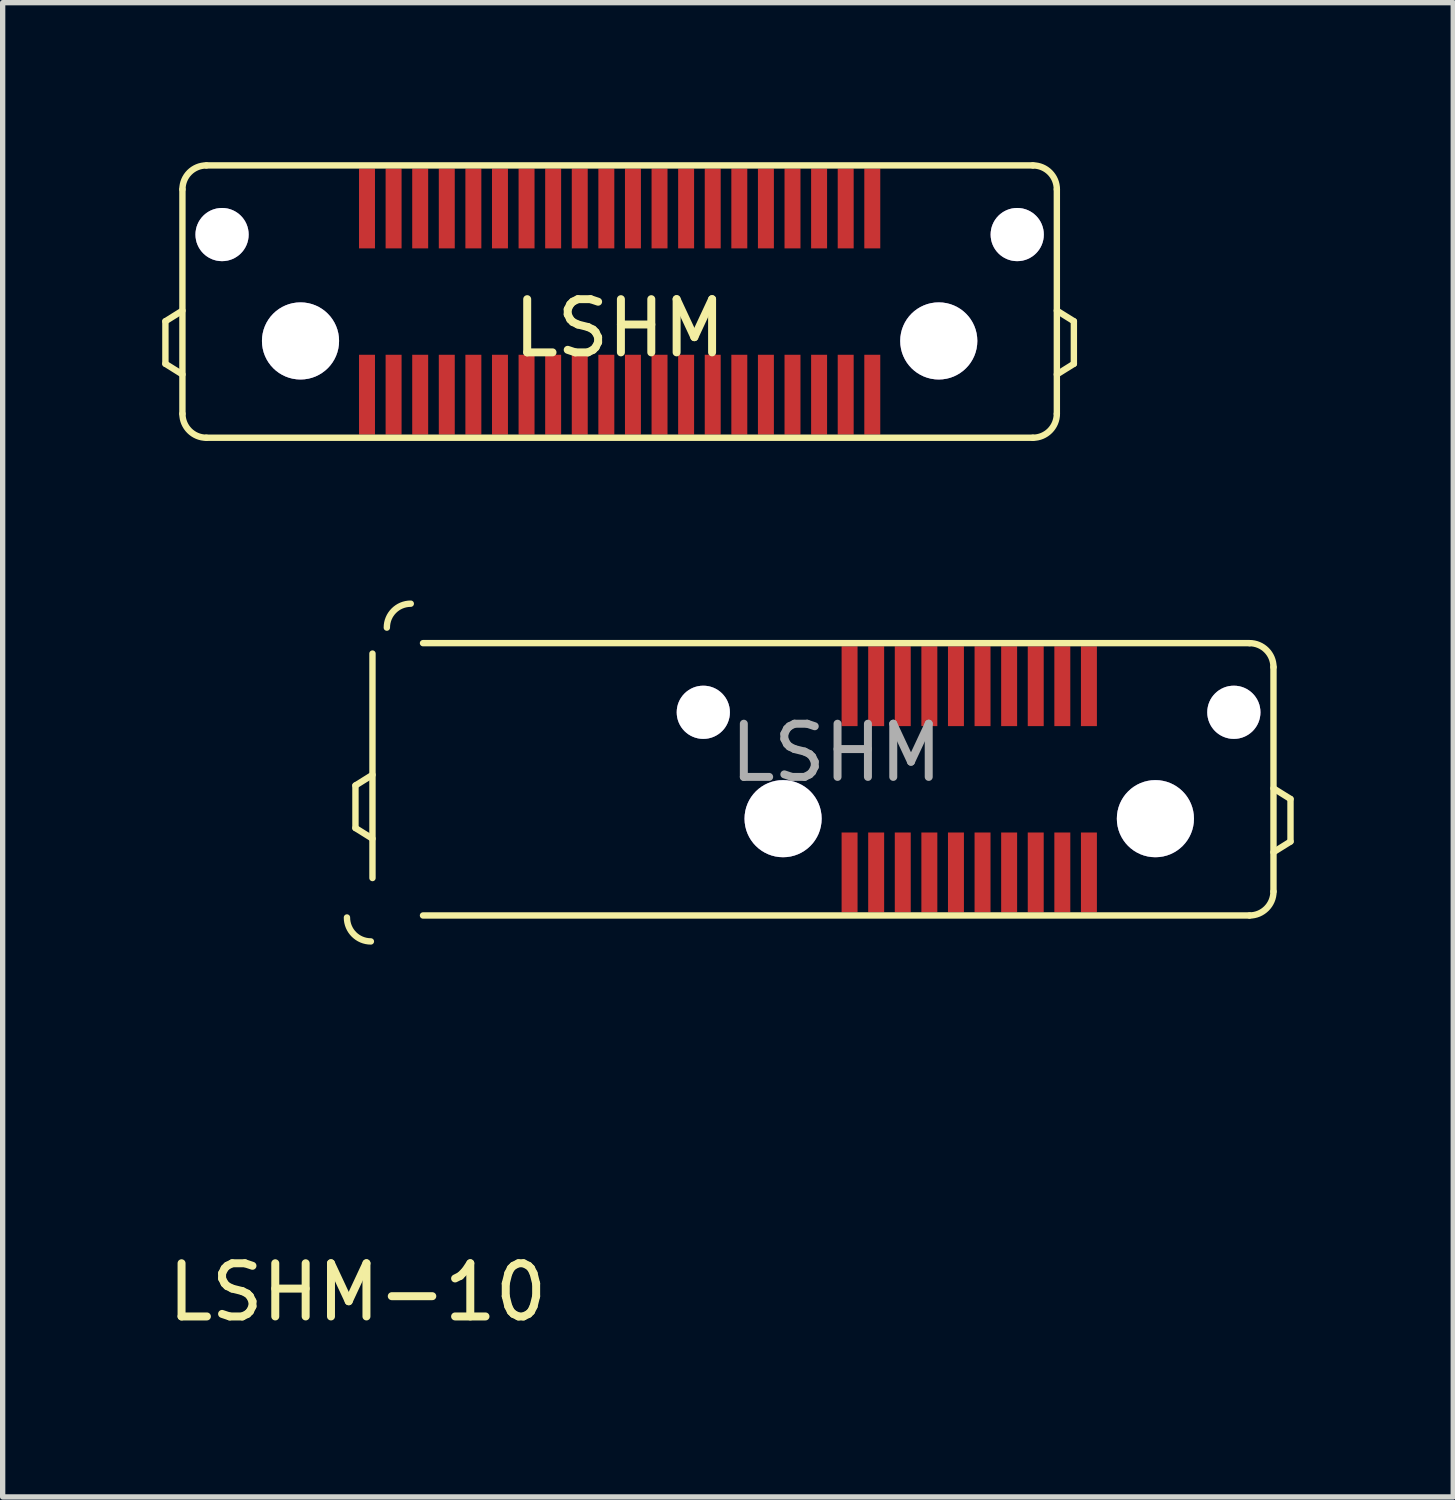
<source format=kicad_pcb>
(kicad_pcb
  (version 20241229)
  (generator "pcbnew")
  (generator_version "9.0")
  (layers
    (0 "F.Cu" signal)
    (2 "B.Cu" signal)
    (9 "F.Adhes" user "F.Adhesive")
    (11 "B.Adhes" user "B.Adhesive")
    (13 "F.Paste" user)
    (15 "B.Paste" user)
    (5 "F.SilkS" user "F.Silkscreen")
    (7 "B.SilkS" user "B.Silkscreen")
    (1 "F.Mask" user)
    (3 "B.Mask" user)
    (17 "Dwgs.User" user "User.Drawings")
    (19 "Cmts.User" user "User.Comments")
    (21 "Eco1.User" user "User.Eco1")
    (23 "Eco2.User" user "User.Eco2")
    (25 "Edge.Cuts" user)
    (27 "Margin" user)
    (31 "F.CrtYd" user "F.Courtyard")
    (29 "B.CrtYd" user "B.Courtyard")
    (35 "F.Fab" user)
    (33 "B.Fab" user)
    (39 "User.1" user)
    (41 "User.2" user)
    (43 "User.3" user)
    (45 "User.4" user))
  (footprint "LSHM"
    (layer "F.Cu")
    (at 8.6 2.62)
    (property "Reference" "LSHM" (at 0 0.5 0) (layer "F.SilkS") (effects (font (size 1 1) (thickness 0.15))))
    (attr through_hole)
    (fp_line (start -8.54 0.37) (end -8.54 1.17) (stroke (width 0.12) (type solid)) (layer "F.SilkS"))
    (fp_line (start -8.54 0.37) (end -8.22 0.17) (stroke (width 0.12) (type solid)) (layer "F.SilkS"))
    (fp_line (start -8.54 1.17) (end -8.22 1.37) (stroke (width 0.12) (type solid)) (layer "F.SilkS"))
    (fp_line (start -8.22 -2.11) (end -8.22 2.11) (stroke (width 0.12) (type solid)) (layer "F.SilkS"))
    (fp_line (start -7.77 -2.56) (end 7.77 -2.56) (stroke (width 0.12) (type solid)) (layer "F.SilkS"))
    (fp_line (start -7.77 2.56) (end 7.77 2.56) (stroke (width 0.12) (type solid)) (layer "F.SilkS"))
    (fp_line (start 8.22 2.11) (end 8.22 -2.11) (stroke (width 0.12) (type solid)) (layer "F.SilkS"))
    (fp_line (start 8.54 0.37) (end 8.22 0.17) (stroke (width 0.12) (type solid)) (layer "F.SilkS"))
    (fp_line (start 8.54 0.37) (end 8.54 1.17) (stroke (width 0.12) (type solid)) (layer "F.SilkS"))
    (fp_line (start 8.54 1.17) (end 8.22 1.37) (stroke (width 0.12) (type solid)) (layer "F.SilkS"))
    (fp_arc (start -8.22 -2.11) (mid -8.088198 -2.428198) (end -7.77 -2.56) (stroke (width 0.12) (type solid)) (layer "F.SilkS"))
    (fp_arc (start -7.77 2.56) (mid -8.088198 2.428198) (end -8.22 2.11) (stroke (width 0.12) (type solid)) (layer "F.SilkS"))
    (fp_arc (start 7.77 -2.56) (mid 8.088198 -2.428198) (end 8.22 -2.11) (stroke (width 0.12) (type solid)) (layer "F.SilkS"))
    (fp_arc (start 8.22 2.11) (mid 8.088198 2.428198) (end 7.77 2.56) (stroke (width 0.12) (type solid)) (layer "F.SilkS"))
    (pad "1" smd rect (at 4.75 1.75) (size 0.3 1.5) (layers "F.Cu" "F.Mask" "F.Paste"))
    (pad "2" smd rect (at 4.75 -1.75) (size 0.3 1.5) (layers "F.Cu" "F.Mask" "F.Paste"))
    (pad "3" smd rect (at 4.25 1.75) (size 0.3 1.5) (layers "F.Cu" "F.Mask" "F.Paste"))
    (pad "4" smd rect (at 4.25 -1.75) (size 0.3 1.5) (layers "F.Cu" "F.Mask" "F.Paste"))
    (pad "5" smd rect (at 3.75 1.75) (size 0.3 1.5) (layers "F.Cu" "F.Mask" "F.Paste"))
    (pad "6" smd rect (at 3.75 -1.75) (size 0.3 1.5) (layers "F.Cu" "F.Mask" "F.Paste"))
    (pad "7" smd rect (at 3.25 1.75) (size 0.3 1.5) (layers "F.Cu" "F.Mask" "F.Paste"))
    (pad "8" smd rect (at 3.25 -1.75) (size 0.3 1.5) (layers "F.Cu" "F.Mask" "F.Paste"))
    (pad "9" smd rect (at 2.75 1.75) (size 0.3 1.5) (layers "F.Cu" "F.Mask" "F.Paste"))
    (pad "10" smd rect (at 2.75 -1.75) (size 0.3 1.5) (layers "F.Cu" "F.Mask" "F.Paste"))
    (pad "11" smd rect (at 2.25 1.75) (size 0.3 1.5) (layers "F.Cu" "F.Mask" "F.Paste"))
    (pad "12" smd rect (at 2.25 -1.75) (size 0.3 1.5) (layers "F.Cu" "F.Mask" "F.Paste"))
    (pad "13" smd rect (at 1.75 1.75) (size 0.3 1.5) (layers "F.Cu" "F.Mask" "F.Paste"))
    (pad "14" smd rect (at 1.75 -1.75) (size 0.3 1.5) (layers "F.Cu" "F.Mask" "F.Paste"))
    (pad "15" smd rect (at 1.25 1.75) (size 0.3 1.5) (layers "F.Cu" "F.Mask" "F.Paste"))
    (pad "16" smd rect (at 1.25 -1.75) (size 0.3 1.5) (layers "F.Cu" "F.Mask" "F.Paste"))
    (pad "17" smd rect (at 0.75 1.75) (size 0.3 1.5) (layers "F.Cu" "F.Mask" "F.Paste"))
    (pad "18" smd rect (at 0.75 -1.75) (size 0.3 1.5) (layers "F.Cu" "F.Mask" "F.Paste"))
    (pad "19" smd rect (at 0.25 1.75) (size 0.3 1.5) (layers "F.Cu" "F.Mask" "F.Paste"))
    (pad "20" smd rect (at 0.25 -1.75) (size 0.3 1.5) (layers "F.Cu" "F.Mask" "F.Paste"))
    (pad "21" smd rect (at -0.25 1.75) (size 0.3 1.5) (layers "F.Cu" "F.Mask" "F.Paste"))
    (pad "22" smd rect (at -0.25 -1.75) (size 0.3 1.5) (layers "F.Cu" "F.Mask" "F.Paste"))
    (pad "23" smd rect (at -0.75 1.75) (size 0.3 1.5) (layers "F.Cu" "F.Mask" "F.Paste"))
    (pad "24" smd rect (at -0.75 -1.75) (size 0.3 1.5) (layers "F.Cu" "F.Mask" "F.Paste"))
    (pad "25" smd rect (at -1.25 1.75) (size 0.3 1.5) (layers "F.Cu" "F.Mask" "F.Paste"))
    (pad "26" smd rect (at -1.25 -1.75) (size 0.3 1.5) (layers "F.Cu" "F.Mask" "F.Paste"))
    (pad "27" smd rect (at -1.75 1.75) (size 0.3 1.5) (layers "F.Cu" "F.Mask" "F.Paste"))
    (pad "28" smd rect (at -1.75 -1.75) (size 0.3 1.5) (layers "F.Cu" "F.Mask" "F.Paste"))
    (pad "29" smd rect (at -2.25 1.75) (size 0.3 1.5) (layers "F.Cu" "F.Mask" "F.Paste"))
    (pad "30" smd rect (at -2.25 -1.75) (size 0.3 1.5) (layers "F.Cu" "F.Mask" "F.Paste"))
    (pad "31" smd rect (at -2.75 1.75) (size 0.3 1.5) (layers "F.Cu" "F.Mask" "F.Paste"))
    (pad "32" smd rect (at -2.75 -1.75) (size 0.3 1.5) (layers "F.Cu" "F.Mask" "F.Paste"))
    (pad "33" smd rect (at -3.25 1.75) (size 0.3 1.5) (layers "F.Cu" "F.Mask" "F.Paste"))
    (pad "34" smd rect (at -3.25 -1.75) (size 0.3 1.5) (layers "F.Cu" "F.Mask" "F.Paste"))
    (pad "35" smd rect (at -3.75 1.75) (size 0.3 1.5) (layers "F.Cu" "F.Mask" "F.Paste"))
    (pad "36" smd rect (at -3.75 -1.75) (size 0.3 1.5) (layers "F.Cu" "F.Mask" "F.Paste"))
    (pad "37" smd rect (at -4.25 1.75) (size 0.3 1.5) (layers "F.Cu" "F.Mask" "F.Paste"))
    (pad "38" smd rect (at -4.25 -1.75) (size 0.3 1.5) (layers "F.Cu" "F.Mask" "F.Paste"))
    (pad "39" smd rect (at -4.75 1.75) (size 0.3 1.5) (layers "F.Cu" "F.Mask" "F.Paste"))
    (pad "40" smd rect (at -4.75 -1.75) (size 0.3 1.5) (layers "F.Cu" "F.Mask" "F.Paste"))
    (pad "41" thru_hole circle (at -7.475 -1.26) (size 1 1) (drill 1) (layers "*.Cu" "*.Mask"))
    (pad "41" thru_hole circle (at -6 0.74) (size 1.45 1.45) (drill 1.45) (layers "*.Cu" "*.Mask"))
    (pad "41" thru_hole circle (at 6 0.74) (size 1.45 1.45) (drill 1.45) (layers "*.Cu" "*.Mask"))
    (pad "41" thru_hole circle (at 7.475 -1.26) (size 1 1) (drill 1) (layers "*.Cu" "*.Mask")))
  (footprint "LSHM-10"
    (layer "F.Cu")
    (at 3.673 20.746)
    (property "Reference" "LSHM-10" (at 0 0.5 0) (layer "F.SilkS") (effects (font (size 1 1) (thickness 0.15))))
    (attr through_hole)
    (fp_line (start -0.04 -9.028) (end -0.04 -8.228) (stroke (width 0.12) (type solid)) (layer "F.SilkS"))
    (fp_line (start -0.04 -9.028) (end 0.28 -9.228) (stroke (width 0.12) (type solid)) (layer "F.SilkS"))
    (fp_line (start -0.04 -8.228) (end 0.28 -8.028) (stroke (width 0.12) (type solid)) (layer "F.SilkS"))
    (fp_line (start 0.28 -11.508) (end 0.28 -7.288) (stroke (width 0.12) (type solid)) (layer "F.SilkS"))
    (fp_line (start 1.23 -11.704) (end 16.77 -11.704) (stroke (width 0.12) (type solid)) (layer "F.SilkS"))
    (fp_line (start 1.23 -6.584) (end 16.77 -6.584) (stroke (width 0.12) (type solid)) (layer "F.SilkS"))
    (fp_line (start 17.22 -7.034) (end 17.22 -11.254) (stroke (width 0.12) (type solid)) (layer "F.SilkS"))
    (fp_line (start 17.54 -8.774) (end 17.22 -8.974) (stroke (width 0.12) (type solid)) (layer "F.SilkS"))
    (fp_line (start 17.54 -8.774) (end 17.54 -7.974) (stroke (width 0.12) (type solid)) (layer "F.SilkS"))
    (fp_line (start 17.54 -7.974) (end 17.22 -7.774) (stroke (width 0.12) (type solid)) (layer "F.SilkS"))
    (fp_arc (start 0.25 -6.096) (mid -0.068198 -6.227802) (end -0.2 -6.546) (stroke (width 0.12) (type solid)) (layer "F.SilkS"))
    (fp_arc (start 0.55 -11.996) (mid 0.681802 -12.314198) (end 1 -12.446) (stroke (width 0.12) (type solid)) (layer "F.SilkS"))
    (fp_arc (start 16.77 -11.704) (mid 17.088198 -11.572198) (end 17.22 -11.254) (stroke (width 0.12) (type solid)) (layer "F.SilkS"))
    (fp_arc (start 17.22 -7.034) (mid 17.088198 -6.715802) (end 16.77 -6.584) (stroke (width 0.12) (type solid)) (layer "F.SilkS"))
    (fp_text user "LSHM" (at 9 -9.644 0) (layer "F.Fab") (effects (font (size 1 1) (thickness 0.15))))
    (pad "1" smd rect (at 13.75 -7.394) (size 0.3 1.5) (layers "F.Cu" "F.Mask" "F.Paste"))
    (pad "2" smd rect (at 13.75 -10.894) (size 0.3 1.5) (layers "F.Cu" "F.Mask" "F.Paste"))
    (pad "3" smd rect (at 13.25 -7.394) (size 0.3 1.5) (layers "F.Cu" "F.Mask" "F.Paste"))
    (pad "4" smd rect (at 13.25 -10.894) (size 0.3 1.5) (layers "F.Cu" "F.Mask" "F.Paste"))
    (pad "5" smd rect (at 12.75 -7.394) (size 0.3 1.5) (layers "F.Cu" "F.Mask" "F.Paste"))
    (pad "6" smd rect (at 12.75 -10.894) (size 0.3 1.5) (layers "F.Cu" "F.Mask" "F.Paste"))
    (pad "7" smd rect (at 12.25 -7.394) (size 0.3 1.5) (layers "F.Cu" "F.Mask" "F.Paste"))
    (pad "8" smd rect (at 12.25 -10.894) (size 0.3 1.5) (layers "F.Cu" "F.Mask" "F.Paste"))
    (pad "9" smd rect (at 11.75 -7.394) (size 0.3 1.5) (layers "F.Cu" "F.Mask" "F.Paste"))
    (pad "10" smd rect (at 11.75 -10.894) (size 0.3 1.5) (layers "F.Cu" "F.Mask" "F.Paste"))
    (pad "11" smd rect (at 11.25 -7.394) (size 0.3 1.5) (layers "F.Cu" "F.Mask" "F.Paste"))
    (pad "12" smd rect (at 11.25 -10.894) (size 0.3 1.5) (layers "F.Cu" "F.Mask" "F.Paste"))
    (pad "13" smd rect (at 10.75 -7.394) (size 0.3 1.5) (layers "F.Cu" "F.Mask" "F.Paste"))
    (pad "14" smd rect (at 10.75 -10.894) (size 0.3 1.5) (layers "F.Cu" "F.Mask" "F.Paste"))
    (pad "15" smd rect (at 10.25 -7.394) (size 0.3 1.5) (layers "F.Cu" "F.Mask" "F.Paste"))
    (pad "16" smd rect (at 10.25 -10.894) (size 0.3 1.5) (layers "F.Cu" "F.Mask" "F.Paste"))
    (pad "17" smd rect (at 9.75 -7.394) (size 0.3 1.5) (layers "F.Cu" "F.Mask" "F.Paste"))
    (pad "18" smd rect (at 9.75 -10.894) (size 0.3 1.5) (layers "F.Cu" "F.Mask" "F.Paste"))
    (pad "19" smd rect (at 9.25 -7.394) (size 0.3 1.5) (layers "F.Cu" "F.Mask" "F.Paste"))
    (pad "20" smd rect (at 9.25 -10.894) (size 0.3 1.5) (layers "F.Cu" "F.Mask" "F.Paste"))
    (pad "41" thru_hole circle (at 6.5 -10.404) (size 1 1) (drill 1) (layers "*.Cu" "*.Mask"))
    (pad "41" thru_hole circle (at 8 -8.404) (size 1.45 1.45) (drill 1.45) (layers "*.Cu" "*.Mask"))
    (pad "41" thru_hole circle (at 15 -8.404) (size 1.45 1.45) (drill 1.45) (layers "*.Cu" "*.Mask"))
    (pad "41" thru_hole circle (at 16.475 -10.404) (size 1 1) (drill 1) (layers "*.Cu" "*.Mask")))
  (gr_rect
    (start -3 -3)
    (end 24.273 25.094)
    (stroke (width 0.1) (type default))
    (fill no)
    (layer "Edge.Cuts")))
</source>
